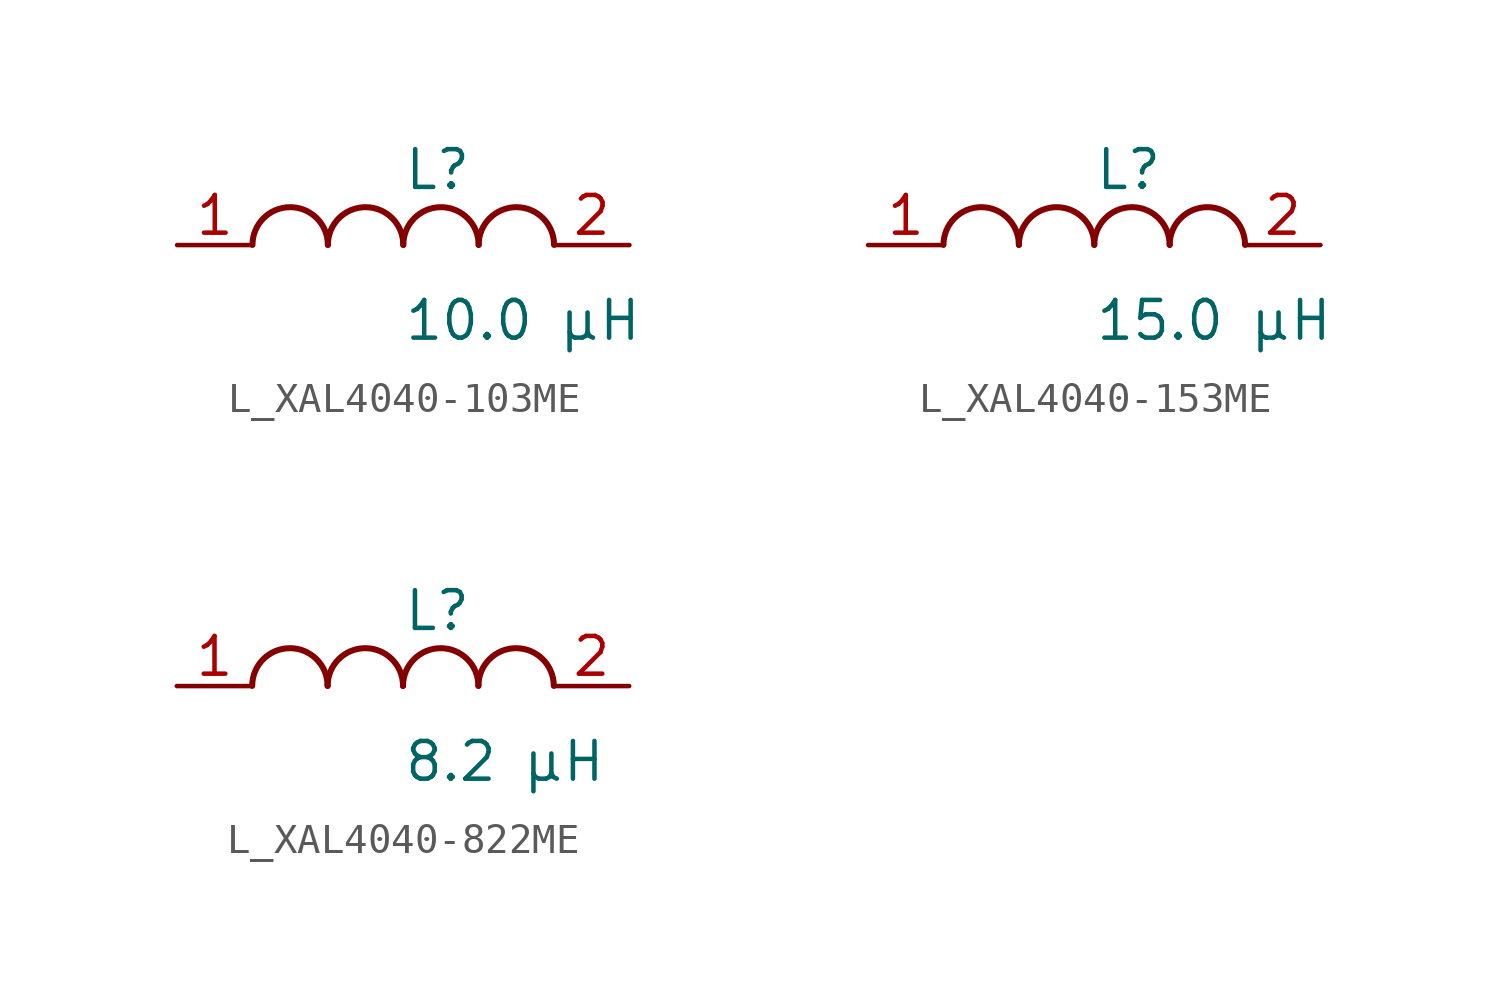
<source format=kicad_sym>
(kicad_symbol_lib
  (version 20231120)
  (generator kicad_symbol_editor)
  (generator_version 8.0)
  (symbol "L_XAL4040-103ME"
    (pin_names
      (offset 0.254))
    (property "Reference" "L"
      (at 0 2.54 0)
      (effects (font (size 1.27 1.27)) (justify left)))
    (property "Value" "10.0 µH"
      (at 0 -2.54 0)
      (effects (font (size 1.27 1.27)) (justify left)))
    (symbol "L_XAL4040-103ME_1_1"
      (arc (start -2.54 0.0056) (mid -3.81 1.27) (end -5.08 0.0056) (stroke (width 0.2032) (type default)) (fill (type none)))
      (arc (start 0 0.0056) (mid -1.27 1.27) (end -2.54 0.0056) (stroke (width 0.2032) (type default)) (fill (type none)))
      (arc (start 2.54 0.0056) (mid 1.27 1.27) (end 0 0.0056) (stroke (width 0.2032) (type default)) (fill (type none)))
      (arc (start 5.08 0.0056) (mid 3.81 1.27) (end 2.54 0.0056) (stroke (width 0.2032) (type default)) (fill (type none)))
      (pin passive line (at -7.62 0 0) (length 2.54) (name "" (effects (font (size 1.27 1.27)))) (number "1" (effects (font (size 1.27 1.27)))))
      (pin passive line (at 7.62 0 180) (length 2.54) (name "" (effects (font (size 1.27 1.27)))) (number "2" (effects (font (size 1.27 1.27)))))))
  (symbol "L_XAL4040-153ME"
    (pin_names
      (offset 0.254))
    (property "Reference" "L"
      (at 0 2.54 0)
      (effects (font (size 1.27 1.27)) (justify left)))
    (property "Value" "15.0 µH"
      (at 0 -2.54 0)
      (effects (font (size 1.27 1.27)) (justify left)))
    (symbol "L_XAL4040-153ME_1_1"
      (arc (start -2.54 0.0056) (mid -3.81 1.27) (end -5.08 0.0056) (stroke (width 0.2032) (type default)) (fill (type none)))
      (arc (start 0 0.0056) (mid -1.27 1.27) (end -2.54 0.0056) (stroke (width 0.2032) (type default)) (fill (type none)))
      (arc (start 2.54 0.0056) (mid 1.27 1.27) (end 0 0.0056) (stroke (width 0.2032) (type default)) (fill (type none)))
      (arc (start 5.08 0.0056) (mid 3.81 1.27) (end 2.54 0.0056) (stroke (width 0.2032) (type default)) (fill (type none)))
      (pin passive line (at -7.62 0 0) (length 2.54) (name "" (effects (font (size 1.27 1.27)))) (number "1" (effects (font (size 1.27 1.27)))))
      (pin passive line (at 7.62 0 180) (length 2.54) (name "" (effects (font (size 1.27 1.27)))) (number "2" (effects (font (size 1.27 1.27)))))))
  (symbol "L_XAL4040-822ME"
    (pin_names
      (offset 0.254))
    (property "Reference" "L"
      (at 0 2.54 0)
      (effects (font (size 1.27 1.27)) (justify left)))
    (property "Value" "8.2 µH"
      (at 0 -2.54 0)
      (effects (font (size 1.27 1.27)) (justify left)))
    (symbol "L_XAL4040-822ME_1_1"
      (arc (start -2.54 0.0056) (mid -3.81 1.27) (end -5.08 0.0056) (stroke (width 0.2032) (type default)) (fill (type none)))
      (arc (start 0 0.0056) (mid -1.27 1.27) (end -2.54 0.0056) (stroke (width 0.2032) (type default)) (fill (type none)))
      (arc (start 2.54 0.0056) (mid 1.27 1.27) (end 0 0.0056) (stroke (width 0.2032) (type default)) (fill (type none)))
      (arc (start 5.08 0.0056) (mid 3.81 1.27) (end 2.54 0.0056) (stroke (width 0.2032) (type default)) (fill (type none)))
      (pin passive line (at -7.62 0 0) (length 2.54) (name "" (effects (font (size 1.27 1.27)))) (number "1" (effects (font (size 1.27 1.27)))))
      (pin passive line (at 7.62 0 180) (length 2.54) (name "" (effects (font (size 1.27 1.27)))) (number "2" (effects (font (size 1.27 1.27))))))))
</source>
